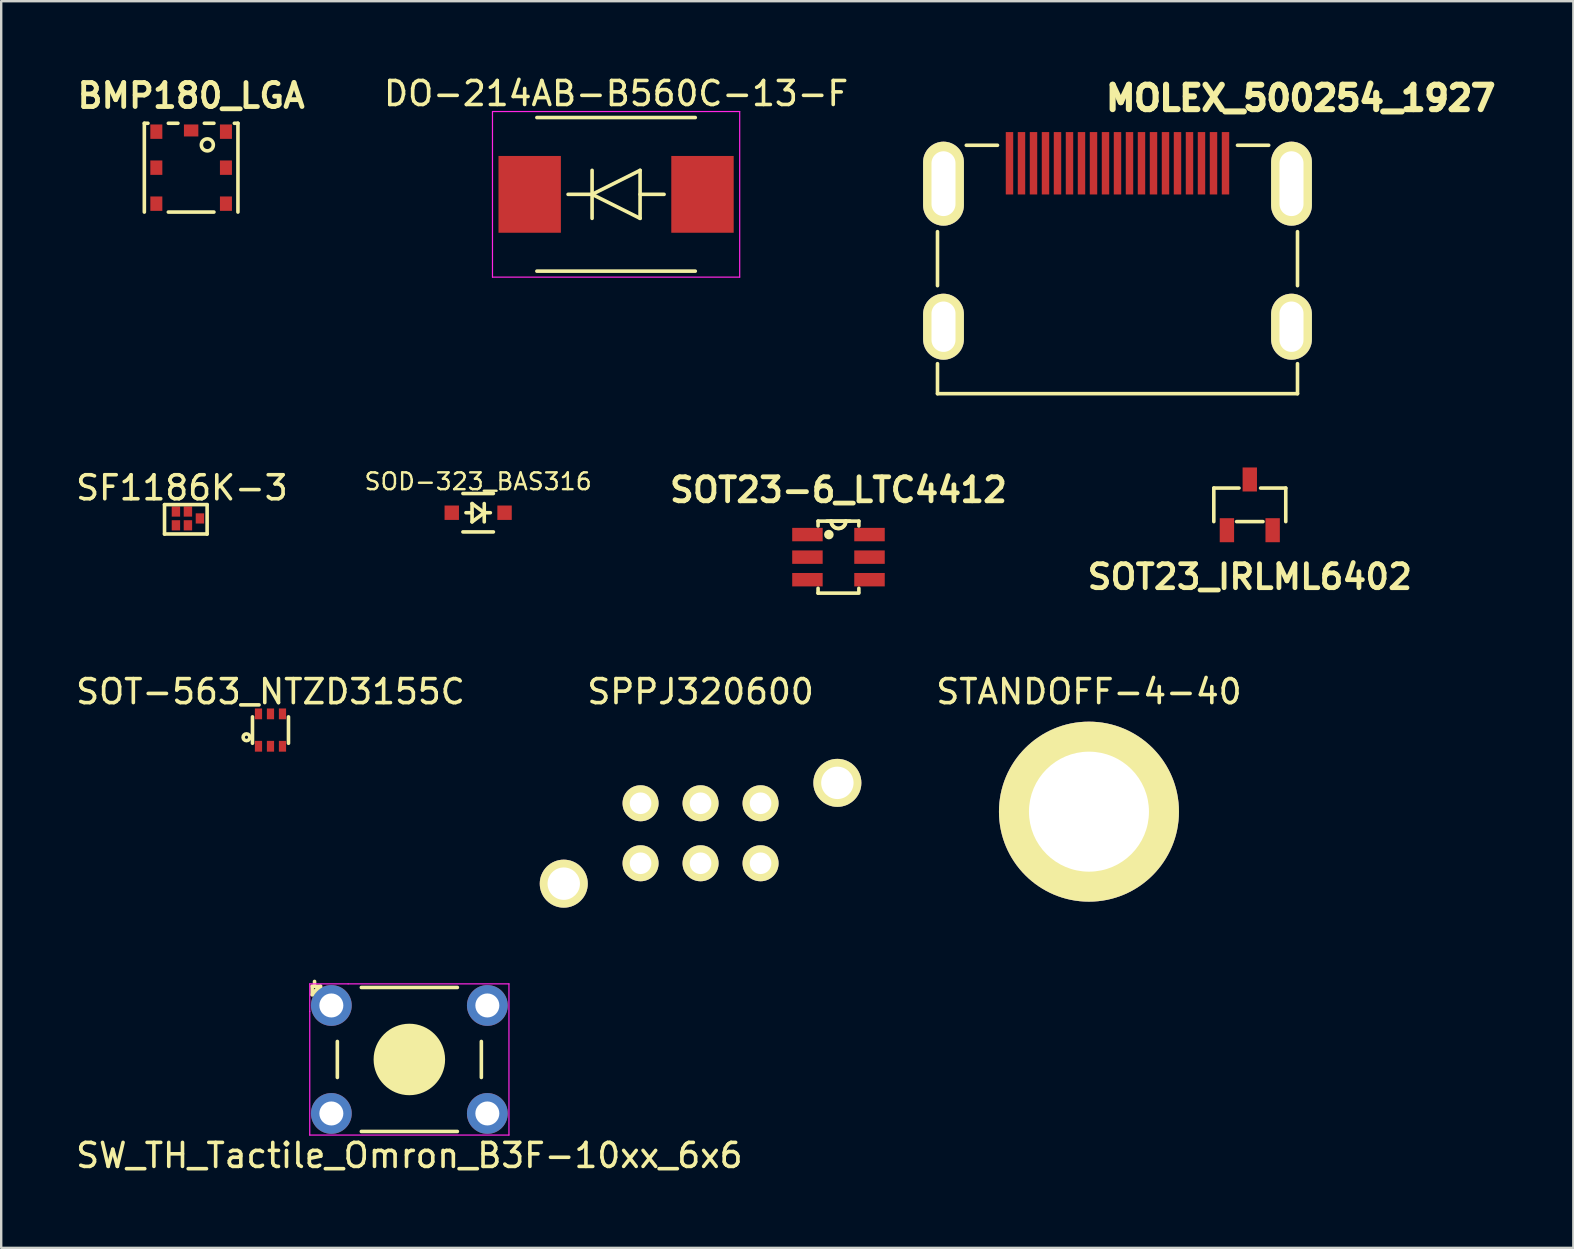
<source format=kicad_pcb>
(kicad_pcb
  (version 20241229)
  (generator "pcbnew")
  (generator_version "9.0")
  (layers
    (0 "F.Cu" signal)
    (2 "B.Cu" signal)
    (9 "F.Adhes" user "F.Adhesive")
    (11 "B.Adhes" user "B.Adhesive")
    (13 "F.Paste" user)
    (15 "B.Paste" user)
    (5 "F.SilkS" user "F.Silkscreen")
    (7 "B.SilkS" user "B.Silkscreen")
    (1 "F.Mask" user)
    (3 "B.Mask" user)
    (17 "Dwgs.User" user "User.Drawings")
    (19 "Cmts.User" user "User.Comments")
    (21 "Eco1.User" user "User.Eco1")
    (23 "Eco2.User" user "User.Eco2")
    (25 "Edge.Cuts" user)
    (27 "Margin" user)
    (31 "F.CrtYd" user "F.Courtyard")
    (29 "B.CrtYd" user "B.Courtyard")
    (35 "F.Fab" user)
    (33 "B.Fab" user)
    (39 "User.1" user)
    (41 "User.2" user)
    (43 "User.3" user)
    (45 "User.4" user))
  (footprint "SOD-323_BAS316"
    (layer "F.Cu")
    (at 16.873 18.313)
    (property "Reference" "SOD-323_BAS316" (at 0 -1.3 0) (layer "F.SilkS") (effects (font (size 0.7 0.7) (thickness 0.1))))
    (attr through_hole)
    (fp_line (start -0.635 -0.8) (end 0.635 -0.8) (stroke (width 0.15) (type solid)) (layer "F.SilkS"))
    (fp_line (start -0.635 0.8) (end 0.635 0.8) (stroke (width 0.15) (type solid)) (layer "F.SilkS"))
    (fp_line (start -0.254 -0.381) (end 0.254 0) (stroke (width 0.15) (type solid)) (layer "F.SilkS"))
    (fp_line (start -0.254 0) (end -0.508 0) (stroke (width 0.15) (type solid)) (layer "F.SilkS"))
    (fp_line (start -0.254 0.381) (end -0.254 -0.381) (stroke (width 0.15) (type solid)) (layer "F.SilkS"))
    (fp_line (start 0.254 -0.381) (end 0.254 0.381) (stroke (width 0.15) (type solid)) (layer "F.SilkS"))
    (fp_line (start 0.254 0) (end -0.254 0.381) (stroke (width 0.15) (type solid)) (layer "F.SilkS"))
    (fp_line (start 0.254 0) (end 0.508 0) (stroke (width 0.15) (type solid)) (layer "F.SilkS"))
    (pad "1" smd rect (at -1.1 0) (size 0.6 0.6) (layers "F.Cu" "F.Mask" "F.Paste"))
    (pad "2" smd rect (at 1.1 0) (size 0.6 0.6) (layers "F.Cu" "F.Mask" "F.Paste")))
  (footprint "STANDOFF-4-40"
    (layer "F.Cu")
    (at 42.323 30.769)
    (property "Reference" "STANDOFF-4-40" (at 0 -5 0) (layer "F.SilkS") (effects (font (size 1 1) (thickness 0.15))))
    (attr through_hole)
    (pad "GND" thru_hole circle (at 0 0) (size 7.5 7.5) (drill 5) (layers "*.Cu" "*.Mask" "F.SilkS")))
  (footprint "SOT23-6_LTC4412"
    (layer "F.Cu")
    (at 31.886 20.164)
    (property "Reference" "SOT23-6_LTC4412" (at 0 -2.8 0) (layer "F.SilkS") (effects (font (size 1 1) (thickness 0.2))))
    (attr smd)
    (fp_line (start -0.85 -1.5) (end -0.85 -1.3) (stroke (width 0.15) (type solid)) (layer "F.SilkS"))
    (fp_line (start -0.85 1.5) (end -0.85 1.3) (stroke (width 0.15) (type solid)) (layer "F.SilkS"))
    (fp_line (start -0.85 1.5) (end 0.85 1.5) (stroke (width 0.15) (type solid)) (layer "F.SilkS"))
    (fp_line (start -0.305 -1.499) (end -0.483 -1.499) (stroke (width 0.152) (type solid)) (layer "F.SilkS"))
    (fp_line (start 0.305 -1.499) (end -0.305 -1.499) (stroke (width 0.15) (type solid)) (layer "F.SilkS"))
    (fp_line (start 0.483 -1.499) (end 0.305 -1.499) (stroke (width 0.152) (type solid)) (layer "F.SilkS"))
    (fp_line (start 0.85 -1.5) (end -0.85 -1.5) (stroke (width 0.15) (type solid)) (layer "F.SilkS"))
    (fp_line (start 0.85 -1.5) (end 0.85 -1.3) (stroke (width 0.15) (type solid)) (layer "F.SilkS"))
    (fp_line (start 0.85 1.45) (end 0.85 1.3) (stroke (width 0.15) (type solid)) (layer "F.SilkS"))
    (fp_arc (start 0.3048 -1.4986) (mid 0 -1.1938) (end -0.3048 -1.4986) (stroke (width 0.15) (type solid)) (layer "F.SilkS"))
    (fp_arc (start 0.3048 -1.4986) (mid 0 -1.1938) (end -0.3048 -1.4986) (stroke (width 0.1524) (type solid)) (layer "F.SilkS"))
    (fp_circle (center -0.4 -0.94) (end -0.3 -0.94) (stroke (width 0.2) (type solid)) (fill no) (layer "F.SilkS"))
    (pad "1" smd rect (at -1.293 -0.94) (size 1.27 0.559) (layers "F.Cu" "F.Mask" "F.Paste"))
    (pad "2" smd rect (at -1.293 0) (size 1.27 0.559) (layers "F.Cu" "F.Mask" "F.Paste"))
    (pad "3" smd rect (at -1.293 0.94) (size 1.27 0.559) (layers "F.Cu" "F.Mask" "F.Paste"))
    (pad "4" smd rect (at 1.293 0.94) (size 1.27 0.559) (layers "F.Cu" "F.Mask" "F.Paste"))
    (pad "5" smd rect (at 1.293 0) (size 1.27 0.559) (layers "F.Cu" "F.Mask" "F.Paste"))
    (pad "6" smd rect (at 1.293 -0.94) (size 1.27 0.559) (layers "F.Cu" "F.Mask" "F.Paste")))
  (footprint "MOLEX_500254_1927"
    (layer "F.Cu")
    (at 43.512 4.603)
    (property "Reference" "MOLEX_500254_1927" (at 7.635 -3.563 0) (layer "F.SilkS") (effects (font (size 1.016 1.016) (thickness 0.254))))
    (attr through_hole)
    (fp_line (start -7.5 4.25) (end -7.5 2) (stroke (width 0.15) (type solid)) (layer "F.SilkS"))
    (fp_line (start -7.5 8.75) (end -7.5 7.5) (stroke (width 0.15) (type solid)) (layer "F.SilkS"))
    (fp_line (start -5 -1.6) (end -6.3 -1.6) (stroke (width 0.15) (type solid)) (layer "F.SilkS"))
    (fp_line (start 6.3 -1.6) (end 5 -1.6) (stroke (width 0.15) (type solid)) (layer "F.SilkS"))
    (fp_line (start 7.5 2) (end 7.5 4.25) (stroke (width 0.15) (type solid)) (layer "F.SilkS"))
    (fp_line (start 7.5 8.75) (end -7.5 8.75) (stroke (width 0.15) (type solid)) (layer "F.SilkS"))
    (fp_line (start 7.5 8.75) (end 7.5 7.5) (stroke (width 0.15) (type solid)) (layer "F.SilkS"))
    (pad "1" smd rect (at 4.5 -0.85) (size 0.31 2.6) (layers "F.Cu" "F.Mask" "F.Paste"))
    (pad "2" smd rect (at 4 -0.85) (size 0.31 2.6) (layers "F.Cu" "F.Mask" "F.Paste"))
    (pad "3" smd rect (at 3.5 -0.85) (size 0.31 2.6) (layers "F.Cu" "F.Mask" "F.Paste"))
    (pad "4" smd rect (at 3 -0.85) (size 0.31 2.6) (layers "F.Cu" "F.Mask" "F.Paste"))
    (pad "5" smd rect (at 2.5 -0.85) (size 0.31 2.6) (layers "F.Cu" "F.Mask" "F.Paste"))
    (pad "6" smd rect (at 2 -0.85) (size 0.31 2.6) (layers "F.Cu" "F.Mask" "F.Paste"))
    (pad "7" smd rect (at 1.5 -0.85) (size 0.31 2.6) (layers "F.Cu" "F.Mask" "F.Paste"))
    (pad "8" smd rect (at 1 -0.85) (size 0.31 2.6) (layers "F.Cu" "F.Mask" "F.Paste"))
    (pad "9" smd rect (at 0.5 -0.85) (size 0.31 2.6) (layers "F.Cu" "F.Mask" "F.Paste"))
    (pad "10" smd rect (at 0 -0.85) (size 0.31 2.6) (layers "F.Cu" "F.Mask" "F.Paste"))
    (pad "11" smd rect (at -0.5 -0.85) (size 0.31 2.6) (layers "F.Cu" "F.Mask" "F.Paste"))
    (pad "12" smd rect (at -1 -0.85) (size 0.31 2.6) (layers "F.Cu" "F.Mask" "F.Paste"))
    (pad "13" smd rect (at -1.5 -0.85) (size 0.31 2.6) (layers "F.Cu" "F.Mask" "F.Paste"))
    (pad "14" smd rect (at -2 -0.85) (size 0.31 2.6) (layers "F.Cu" "F.Mask" "F.Paste"))
    (pad "15" smd rect (at -2.5 -0.85) (size 0.31 2.6) (layers "F.Cu" "F.Mask" "F.Paste"))
    (pad "16" smd rect (at -3 -0.85) (size 0.31 2.6) (layers "F.Cu" "F.Mask" "F.Paste"))
    (pad "17" smd rect (at -3.5 -0.85) (size 0.31 2.6) (layers "F.Cu" "F.Mask" "F.Paste"))
    (pad "18" smd rect (at -4 -0.85) (size 0.31 2.6) (layers "F.Cu" "F.Mask" "F.Paste"))
    (pad "19" smd rect (at -4.5 -0.85) (size 0.31 2.6) (layers "F.Cu" "F.Mask" "F.Paste"))
    (pad "FN" thru_hole oval (at -7.25 0) (size 1.7 3.5) (drill oval 1 2.7) (layers "*.Cu" "*.Mask" "F.SilkS"))
    (pad "FN" thru_hole oval (at -7.25 5.96) (size 1.7 2.75) (drill oval 1 2.1) (layers "*.Cu" "*.Mask" "F.SilkS"))
    (pad "FN" thru_hole oval (at 7.25 0) (size 1.7 3.5) (drill oval 1 2.7) (layers "*.Cu" "*.Mask" "F.SilkS"))
    (pad "FN" thru_hole oval (at 7.25 5.96) (size 1.7 2.75) (drill oval 1 2.1) (layers "*.Cu" "*.Mask" "F.SilkS")))
  (footprint "SPPJ320600"
    (layer "F.Cu")
    (at 26.14 31.669)
    (property "Reference" "SPPJ320600" (at 0 -5.9 0) (layer "F.SilkS") (effects (font (size 1 1) (thickness 0.15))))
    (attr through_hole)
    (pad "1" thru_hole circle (at -2.5 -1.25) (size 1.5 1.5) (drill 0.9) (layers "*.Cu" "*.Mask" "F.SilkS"))
    (pad "2" thru_hole circle (at 0 -1.25) (size 1.5 1.5) (drill 0.9) (layers "*.Cu" "*.Mask" "F.SilkS"))
    (pad "3" thru_hole circle (at 2.5 -1.25) (size 1.5 1.5) (drill 0.9) (layers "*.Cu" "*.Mask" "F.SilkS"))
    (pad "4" thru_hole circle (at -2.5 1.25) (size 1.5 1.5) (drill 0.9) (layers "*.Cu" "*.Mask" "F.SilkS"))
    (pad "5" thru_hole circle (at 0 1.25) (size 1.5 1.5) (drill 0.9) (layers "*.Cu" "*.Mask" "F.SilkS"))
    (pad "6" thru_hole circle (at 2.5 1.25) (size 1.5 1.5) (drill 0.9) (layers "*.Cu" "*.Mask" "F.SilkS"))
    (pad "P1" thru_hole circle (at 5.7 -2.1) (size 2 2) (drill 1.35) (layers "*.Cu" "*.Mask" "F.SilkS"))
    (pad "P2" thru_hole circle (at -5.7 2.1) (size 2 2) (drill 1.35) (layers "*.Cu" "*.Mask" "F.SilkS")))
  (footprint "DO-214AB-B560C-13-F"
    (layer "F.Cu")
    (at 22.62 5.048)
    (property "Reference" "DO-214AB-B560C-13-F" (at 0 -4.2 0) (layer "F.SilkS") (effects (font (size 1 1) (thickness 0.15))))
    (attr smd)
    (fp_line (start -3.3 -3.2) (end 3.3 -3.2) (stroke (width 0.15) (type solid)) (layer "F.SilkS"))
    (fp_line (start -2 0) (end -1 0) (stroke (width 0.15) (type solid)) (layer "F.SilkS"))
    (fp_line (start -1 -1) (end -1 1) (stroke (width 0.15) (type solid)) (layer "F.SilkS"))
    (fp_line (start -1 0) (end 1 1) (stroke (width 0.15) (type solid)) (layer "F.SilkS"))
    (fp_line (start 1 -1) (end -1 0) (stroke (width 0.15) (type solid)) (layer "F.SilkS"))
    (fp_line (start 1 0) (end 2 0) (stroke (width 0.15) (type solid)) (layer "F.SilkS"))
    (fp_line (start 1 1) (end 1 -1) (stroke (width 0.15) (type solid)) (layer "F.SilkS"))
    (fp_line (start 3.3 3.2) (end -3.3 3.2) (stroke (width 0.15) (type solid)) (layer "F.SilkS"))
    (fp_line (start -5.15 -3.45) (end 5.15 -3.45) (stroke (width 0.05) (type solid)) (layer "F.CrtYd"))
    (fp_line (start -5.15 3.45) (end -5.15 -3.45) (stroke (width 0.05) (type solid)) (layer "F.CrtYd"))
    (fp_line (start 5.15 -3.45) (end 5.15 3.45) (stroke (width 0.05) (type solid)) (layer "F.CrtYd"))
    (fp_line (start 5.15 3.45) (end -5.15 3.45) (stroke (width 0.05) (type solid)) (layer "F.CrtYd"))
    (pad "1" smd rect (at -3.6 0) (size 2.6 3.2) (layers "F.Cu" "F.Mask" "F.Paste"))
    (pad "2" smd rect (at 3.6 0) (size 2.6 3.2) (layers "F.Cu" "F.Mask" "F.Paste")))
  (footprint "SOT23_IRLML6402"
    (layer "F.Cu")
    (at 49.024 17.985)
    (property "Reference" "SOT23_IRLML6402" (at 0 3 0) (layer "F.SilkS") (effects (font (size 1 1) (thickness 0.2))))
    (attr smd)
    (fp_line (start -1.499 -0.699) (end -0.45 -0.699) (stroke (width 0.15) (type solid)) (layer "F.SilkS"))
    (fp_line (start -1.499 0.699) (end -1.499 -0.699) (stroke (width 0.15) (type solid)) (layer "F.SilkS"))
    (fp_line (start -0.55 0.699) (end 0.55 0.699) (stroke (width 0.15) (type solid)) (layer "F.SilkS"))
    (fp_line (start 1.499 -0.699) (end 0.45 -0.699) (stroke (width 0.15) (type solid)) (layer "F.SilkS"))
    (fp_line (start 1.499 -0.699) (end 1.499 0.699) (stroke (width 0.15) (type solid)) (layer "F.SilkS"))
    (pad "1" smd rect (at -0.953 1.057) (size 0.599 1.001) (layers "F.Cu" "F.Mask" "F.Paste"))
    (pad "2" smd rect (at 0.953 1.057) (size 0.599 1.001) (layers "F.Cu" "F.Mask" "F.Paste"))
    (pad "3" smd rect (at 0 -1.057) (size 0.599 1.001) (layers "F.Cu" "F.Mask" "F.Paste")))
  (footprint "SOT-563_NTZD3155C"
    (layer "F.Cu")
    (at 8.22 27.369)
    (property "Reference" "SOT-563_NTZD3155C" (at 0 -1.6 0) (layer "F.SilkS") (effects (font (size 1 1) (thickness 0.15))))
    (attr through_hole)
    (fp_line (start -0.75 -0.55) (end -0.75 0.55) (stroke (width 0.15) (type solid)) (layer "F.SilkS"))
    (fp_line (start 0.75 -0.55) (end 0.75 0.55) (stroke (width 0.15) (type solid)) (layer "F.SilkS"))
    (fp_circle (center -1 0.3) (end -1.1 0.4) (stroke (width 0.15) (type solid)) (fill no) (layer "F.SilkS"))
    (pad "1" smd rect (at -0.5 0.675) (size 0.3 0.45) (layers "F.Cu" "F.Mask" "F.Paste"))
    (pad "2" smd rect (at 0 0.675) (size 0.3 0.45) (layers "F.Cu" "F.Mask" "F.Paste"))
    (pad "3" smd rect (at 0.5 0.675) (size 0.3 0.45) (layers "F.Cu" "F.Mask" "F.Paste"))
    (pad "4" smd rect (at 0.5 -0.675) (size 0.3 0.45) (layers "F.Cu" "F.Mask" "F.Paste"))
    (pad "5" smd rect (at 0 -0.675) (size 0.3 0.45) (layers "F.Cu" "F.Mask" "F.Paste"))
    (pad "6" smd rect (at -0.5 -0.675) (size 0.3 0.45) (layers "F.Cu" "F.Mask" "F.Paste")))
  (footprint "SF1186K-3"
    (layer "F.Cu")
    (at 4.53 18.551)
    (property "Reference" "SF1186K-3" (at 0 -1.275 0) (layer "F.SilkS") (effects (font (size 1 1) (thickness 0.15))))
    (attr through_hole)
    (fp_line (start -0.725 -0.575) (end 1.05 -0.575) (stroke (width 0.15) (type solid)) (layer "F.SilkS"))
    (fp_line (start -0.725 0.65) (end -0.725 -0.575) (stroke (width 0.15) (type solid)) (layer "F.SilkS"))
    (fp_line (start 1.05 -0.575) (end 1.05 0.65) (stroke (width 0.15) (type solid)) (layer "F.SilkS"))
    (fp_line (start 1.05 0.65) (end -0.725 0.65) (stroke (width 0.15) (type solid)) (layer "F.SilkS"))
    (pad "1" smd rect (at -0.25 -0.287) (size 0.35 0.425) (layers "F.Cu" "F.Mask" "F.Paste"))
    (pad "2" smd rect (at 0.25 -0.287) (size 0.35 0.425) (layers "F.Cu" "F.Mask" "F.Paste"))
    (pad "3" smd rect (at 0.75 0) (size 0.35 0.425) (layers "F.Cu" "F.Mask" "F.Paste"))
    (pad "4" smd rect (at 0.25 0.287) (size 0.35 0.425) (layers "F.Cu" "F.Mask" "F.Paste"))
    (pad "5" smd rect (at -0.25 0.287) (size 0.35 0.425) (layers "F.Cu" "F.Mask" "F.Paste")))
  (footprint "SW_TH_Tactile_Omron_B3F-10xx_6x6"
    (layer "F.Cu")
    (at 10.756 38.844)
    (property "Reference" "SW_TH_Tactile_Omron_B3F-10xx_6x6" (at 3.25 6.25 0) (layer "F.SilkS") (effects (font (size 1 1) (thickness 0.15))))
    (attr through_hole)
    (fp_line (start -0.8 -0.8) (end -0.8 -0.45) (stroke (width 0.15) (type solid)) (layer "F.SilkS"))
    (fp_line (start -0.8 -0.8) (end -0.45 -0.8) (stroke (width 0.15) (type solid)) (layer "F.SilkS"))
    (fp_line (start -0.7 -1) (end -0.7 -0.9) (stroke (width 0.15) (type solid)) (layer "F.SilkS"))
    (fp_line (start 0.25 2.25) (end 0.25 2.25) (stroke (width 0.1) (type solid)) (layer "F.SilkS"))
    (fp_line (start 0.25 3) (end 0.25 1.5) (stroke (width 0.15) (type solid)) (layer "F.SilkS"))
    (fp_line (start 1.25 -0.75) (end 5.25 -0.75) (stroke (width 0.15) (type solid)) (layer "F.SilkS"))
    (fp_line (start 1.25 5.25) (end 5.25 5.25) (stroke (width 0.15) (type solid)) (layer "F.SilkS"))
    (fp_line (start 5.25 -0.75) (end 1.25 -0.75) (stroke (width 0.1) (type solid)) (layer "F.SilkS"))
    (fp_line (start 5.25 5.25) (end 1.25 5.25) (stroke (width 0.1) (type solid)) (layer "F.SilkS"))
    (fp_line (start 6.25 1.5) (end 6.25 3) (stroke (width 0.15) (type solid)) (layer "F.SilkS"))
    (fp_line (start 6.25 2.25) (end 6.25 2.25) (stroke (width 0.1) (type solid)) (layer "F.SilkS"))
    (fp_arc (start -0.8 -0.45) (mid -0.642328 -0.642328) (end -0.45 -0.8) (stroke (width 0.15) (type solid)) (layer "F.SilkS"))
    (fp_circle (center 3.25 2.25) (end 4.25 3.25) (stroke (width 0) (type solid)) (fill yes) (layer "F.SilkS"))
    (fp_circle (center 3.25 2.25) (end 4.25 3.25) (stroke (width 0.15) (type solid)) (fill no) (layer "F.SilkS"))
    (fp_line (start -0.9 -0.9) (end 0.7 -0.9) (stroke (width 0.05) (type solid)) (layer "F.CrtYd"))
    (fp_line (start -0.9 0.25) (end -0.9 -0.9) (stroke (width 0.05) (type solid)) (layer "F.CrtYd"))
    (fp_line (start -0.9 0.25) (end -0.9 5.4) (stroke (width 0.05) (type solid)) (layer "F.CrtYd"))
    (fp_line (start -0.9 5.4) (end 7.4 5.4) (stroke (width 0.05) (type solid)) (layer "F.CrtYd"))
    (fp_line (start 7.4 -0.9) (end 0.7 -0.9) (stroke (width 0.05) (type solid)) (layer "F.CrtYd"))
    (fp_line (start 7.4 5.4) (end 7.4 -0.9) (stroke (width 0.05) (type solid)) (layer "F.CrtYd"))
    (pad "1" thru_hole circle (at 0 0) (size 1.7 1.7) (drill 1) (layers "*.Cu" "*.Mask"))
    (pad "2" thru_hole circle (at 6.5 0) (size 1.7 1.7) (drill 1) (layers "*.Cu" "*.Mask"))
    (pad "3" thru_hole circle (at 0 4.5) (size 1.7 1.7) (drill 1) (layers "*.Cu" "*.Mask"))
    (pad "4" thru_hole circle (at 6.5 4.5) (size 1.7 1.7) (drill 1) (layers "*.Cu" "*.Mask")))
  (footprint "BMP180_LGA"
    (layer "F.Cu")
    (at 4.914 3.936)
    (property "Reference" "BMP180_LGA" (at 0 -3 0) (layer "F.SilkS") (effects (font (size 1 1) (thickness 0.2))))
    (attr through_hole)
    (fp_line (start -1.95 -1.85) (end -1.95 1.85) (stroke (width 0.15) (type solid)) (layer "F.SilkS"))
    (fp_line (start -1.95 -1.85) (end -1.8 -1.85) (stroke (width 0.15) (type solid)) (layer "F.SilkS"))
    (fp_line (start -0.95 -1.85) (end -0.55 -1.85) (stroke (width 0.15) (type solid)) (layer "F.SilkS"))
    (fp_line (start -0.95 1.85) (end 0.95 1.85) (stroke (width 0.15) (type solid)) (layer "F.SilkS"))
    (fp_line (start 0.55 -1.85) (end 0.95 -1.85) (stroke (width 0.15) (type solid)) (layer "F.SilkS"))
    (fp_line (start 1.95 -1.85) (end 1.8 -1.85) (stroke (width 0.15) (type solid)) (layer "F.SilkS"))
    (fp_line (start 1.95 -1.85) (end 1.95 1.85) (stroke (width 0.15) (type solid)) (layer "F.SilkS"))
    (fp_circle (center 0.675 -0.95) (end 0.675 -0.7) (stroke (width 0.15) (type solid)) (fill no) (layer "F.SilkS"))
    (pad "1" smd rect (at -1.45 -1.5) (size 0.5 0.6) (layers "F.Cu" "F.Mask" "F.Paste"))
    (pad "2" smd rect (at -1.45 0) (size 0.5 0.6) (layers "F.Cu" "F.Mask" "F.Paste"))
    (pad "3" smd rect (at -1.45 1.5) (size 0.5 0.6) (layers "F.Cu" "F.Mask" "F.Paste"))
    (pad "4" smd rect (at 1.45 1.5) (size 0.5 0.6) (layers "F.Cu" "F.Mask" "F.Paste"))
    (pad "5" smd rect (at 1.45 0) (size 0.5 0.6) (layers "F.Cu" "F.Mask" "F.Paste"))
    (pad "6" smd rect (at 1.45 -1.5) (size 0.5 0.6) (layers "F.Cu" "F.Mask" "F.Paste"))
    (pad "7" smd rect (at 0 -1.55) (size 0.6 0.5) (layers "F.Cu" "F.Mask" "F.Paste")))
  (gr_rect
    (start -3 -3)
    (end 62.506 48.943)
    (stroke (width 0.1) (type default))
    (fill no)
    (layer "Edge.Cuts")))
</source>
